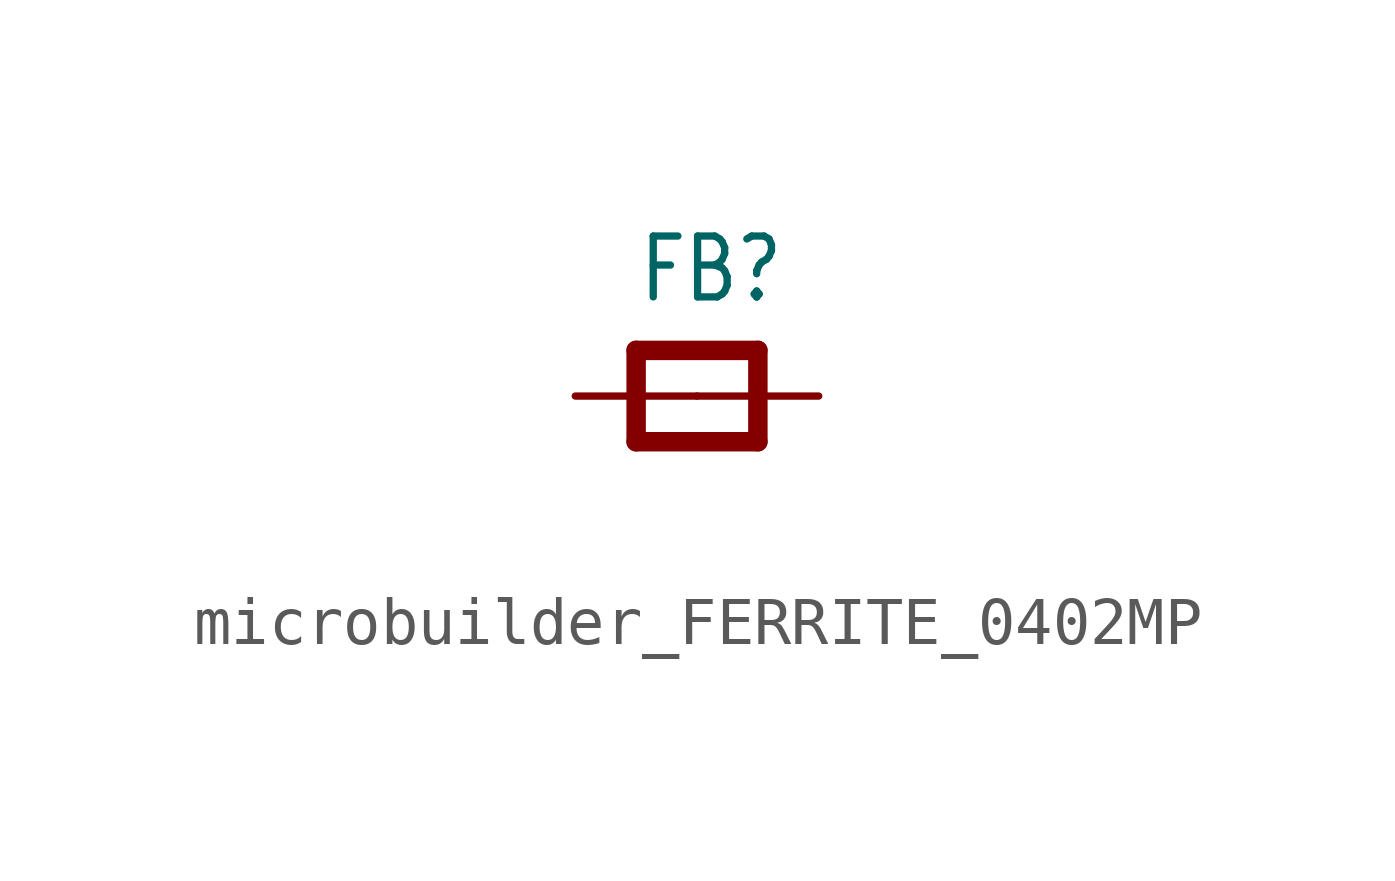
<source format=kicad_sym>
(kicad_symbol_lib
  (version 20220914)
  (generator kicad_symbol_editor)
  (symbol "microbuilder_FERRITE_0402MP"
    (property "Reference" "FB"
      (at -1.27 1.905 0)
      (effects (font (size 1.27 1.079)) (justify left bottom)))
    (property "Value" ""
      (at -1.27 -3.175 0)
      (effects (font (size 1.27 1.079)) (justify left bottom)))
    (property "ki_locked" ""
      (at 0 0 0)
      (effects (font (size 1.27 1.27))))
    (symbol "microbuilder_FERRITE_0402MP_1_0"
      (polyline (pts (xy -1.27 -0.953) (xy -1.27 0.953)) (stroke (width 0.406) (type solid)) (fill (type none)))
      (polyline (pts (xy -1.27 0.953) (xy 1.27 0.953)) (stroke (width 0.406) (type solid)) (fill (type none)))
      (polyline (pts (xy 1.27 -0.953) (xy -1.27 -0.953)) (stroke (width 0.406) (type solid)) (fill (type none)))
      (polyline (pts (xy 1.27 0.953) (xy 1.27 -0.953)) (stroke (width 0.406) (type solid)) (fill (type none)))
      (pin passive line (at -2.54 0 0) (length 2.54) (name "P$1" (effects (font (size 0 0)))) (number "1" (effects (font (size 0 0)))))
      (pin passive line (at 2.54 0 180) (length 2.54) (name "P$2" (effects (font (size 0 0)))) (number "2" (effects (font (size 0 0))))))))
</source>
